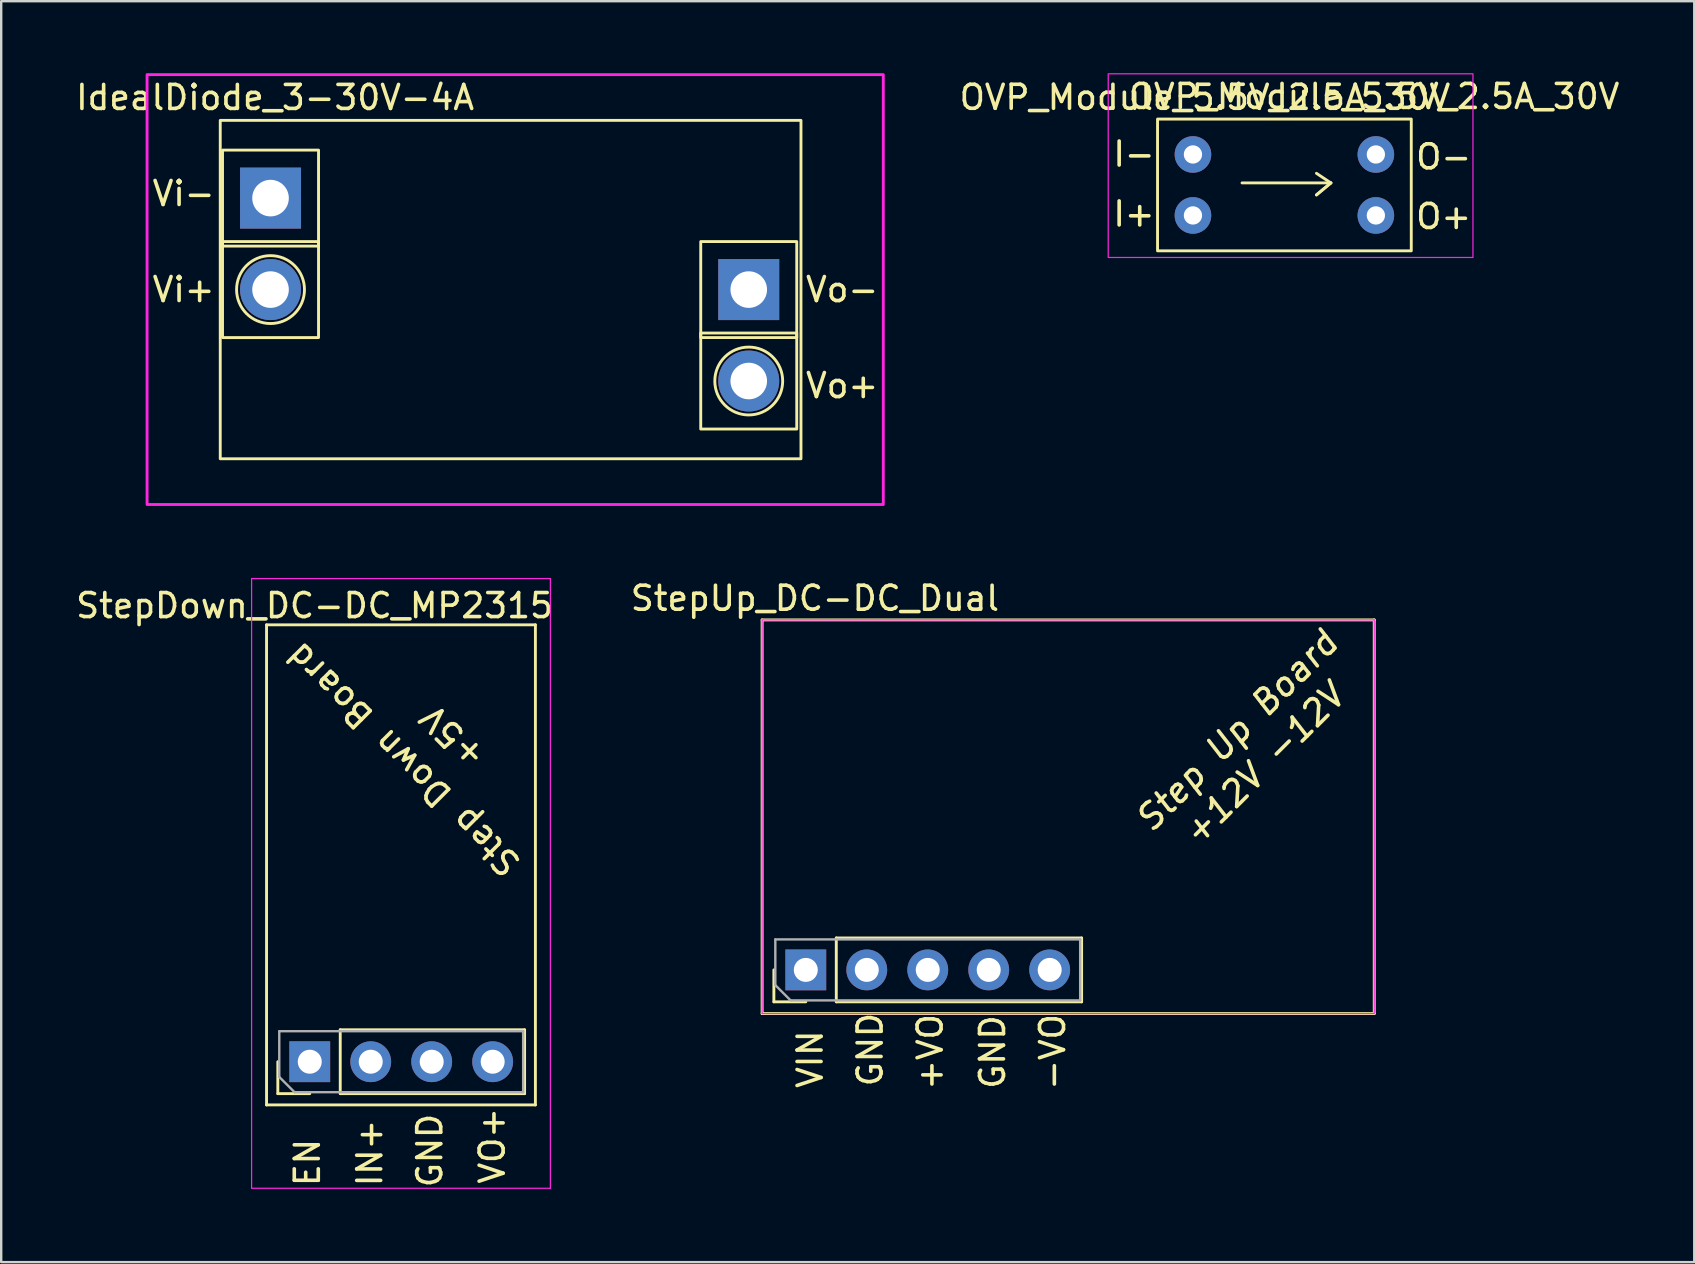
<source format=kicad_pcb>
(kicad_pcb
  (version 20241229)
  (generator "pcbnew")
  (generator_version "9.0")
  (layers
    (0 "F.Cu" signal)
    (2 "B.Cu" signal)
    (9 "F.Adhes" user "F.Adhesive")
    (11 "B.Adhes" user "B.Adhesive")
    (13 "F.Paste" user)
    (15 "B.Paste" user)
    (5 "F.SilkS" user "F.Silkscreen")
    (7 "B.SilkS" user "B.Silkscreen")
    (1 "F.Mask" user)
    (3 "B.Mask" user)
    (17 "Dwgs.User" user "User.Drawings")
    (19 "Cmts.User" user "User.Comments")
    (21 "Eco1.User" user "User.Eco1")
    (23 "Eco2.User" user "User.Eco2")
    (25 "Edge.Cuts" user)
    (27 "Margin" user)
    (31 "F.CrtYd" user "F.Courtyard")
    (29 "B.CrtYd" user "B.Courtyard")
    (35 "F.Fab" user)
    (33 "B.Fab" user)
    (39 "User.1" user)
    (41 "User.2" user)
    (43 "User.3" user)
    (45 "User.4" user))
  (footprint "OVP_Module_5.5V_2.5A_30V"
    (layer "F.Cu")
    (at 51.092 9.07)
    (property "Reference" "OVP_Module_5.5V_2.5A_30V" (at -3.945 -8.065 0) (unlocked yes) (layer "F.SilkS") (effects (font (size 1 1) (thickness 0.15))))
    (property "Value" "OVP_Module_5.5V_2.5A_30V" (at 0.295 -0.225 0) (unlocked yes) (layer "F.Fab") (hide yes) (effects (font (size 1 1) (thickness 0.15))))
    (attr through_hole)
    (fp_line (start -2.4 -4.5) (end 1.3 -4.5) (stroke (width 0.12) (type solid)) (layer "F.SilkS"))
    (fp_line (start 0.7 -4) (end 1.3 -4.5) (stroke (width 0.12) (type solid)) (layer "F.SilkS"))
    (fp_line (start 1.3 -4.5) (end 0.7 -4.9) (stroke (width 0.12) (type solid)) (layer "F.SilkS"))
    (fp_line (start 1.3 -4.5) (end 0.7 -4) (stroke (width 0.12) (type solid)) (layer "F.SilkS"))
    (fp_rect (start -5.92 -7.16) (end 4.65 -1.67) (stroke (width 0.12) (type solid)) (fill no) (layer "F.SilkS"))
    (fp_rect (start -7.975 -9.045) (end 7.22 -1.395) (stroke (width 0.05) (type solid)) (fill no) (layer "F.CrtYd"))
    (fp_text user "${VALUE}" (at 3.1 -8.1 0) (unlocked yes) (layer "F.SilkS") (effects (font (size 1 1) (thickness 0.15))))
    (fp_text user "I-" (at -6.9 -5.7 0) (unlocked yes) (layer "F.SilkS") (effects (font (size 1 1) (thickness 0.15))))
    (fp_text user "O-" (at 6 -5.585 0) (unlocked yes) (layer "F.SilkS") (effects (font (size 1 1) (thickness 0.15))))
    (fp_text user "O+" (at 6 -3.1 0) (unlocked yes) (layer "F.SilkS") (effects (font (size 1 1) (thickness 0.15))))
    (fp_text user "I+" (at -6.9 -3.205 0) (unlocked yes) (layer "F.SilkS") (effects (font (size 1 1) (thickness 0.15))))
    (pad "1" thru_hole circle (at -4.445 -5.685) (size 1.524 1.524) (drill 0.762) (layers "*.Cu" "*.Mask"))
    (pad "2" thru_hole circle (at -4.445 -3.145) (size 1.524 1.524) (drill 0.762) (layers "*.Cu" "*.Mask"))
    (pad "3" thru_hole circle (at 3.175 -5.685) (size 1.524 1.524) (drill 0.762) (layers "*.Cu" "*.Mask"))
    (pad "4" thru_hole circle (at 3.175 -3.145) (size 1.524 1.524) (drill 0.762) (layers "*.Cu" "*.Mask")))
  (footprint "StepDown_DC-DC_MP2315"
    (layer "F.Cu")
    (at 5.654 29.18)
    (property "Reference" "StepDown_DC-DC_MP2315" (at 4.4 -7 0) (layer "F.SilkS") (effects (font (size 1 1) (thickness 0.15))))
    (attr through_hole)
    (fp_line (start 2.4 -6.2) (end 13.6 -6.2) (stroke (width 0.12) (type solid)) (layer "F.SilkS"))
    (fp_line (start 2.4 13.8) (end 2.4 -6.2) (stroke (width 0.12) (type solid)) (layer "F.SilkS"))
    (fp_line (start 2.87 13.33) (end 2.87 12) (stroke (width 0.12) (type solid)) (layer "F.SilkS"))
    (fp_line (start 4.2 13.33) (end 2.87 13.33) (stroke (width 0.12) (type solid)) (layer "F.SilkS"))
    (fp_line (start 5.47 10.67) (end 13.15 10.67) (stroke (width 0.12) (type solid)) (layer "F.SilkS"))
    (fp_line (start 5.47 13.33) (end 5.47 10.67) (stroke (width 0.12) (type solid)) (layer "F.SilkS"))
    (fp_line (start 5.47 13.33) (end 13.15 13.33) (stroke (width 0.12) (type solid)) (layer "F.SilkS"))
    (fp_line (start 13.15 13.33) (end 13.15 10.67) (stroke (width 0.12) (type solid)) (layer "F.SilkS"))
    (fp_line (start 13.6 -6.2) (end 13.6 13.8) (stroke (width 0.12) (type solid)) (layer "F.SilkS"))
    (fp_line (start 13.6 13.8) (end 2.4 13.8) (stroke (width 0.12) (type solid)) (layer "F.SilkS"))
    (fp_line (start 1.778 -8.128) (end 1.778 17.272) (stroke (width 0.05) (type solid)) (layer "F.CrtYd"))
    (fp_line (start 1.778 -8.128) (end 14.224 -8.128) (stroke (width 0.05) (type solid)) (layer "F.CrtYd"))
    (fp_line (start 1.778 17.272) (end 14.224 17.272) (stroke (width 0.05) (type solid)) (layer "F.CrtYd"))
    (fp_line (start 14.224 -8.128) (end 14.224 17.272) (stroke (width 0.05) (type solid)) (layer "F.CrtYd"))
    (fp_line (start 2.93 10.73) (end 13.09 10.73) (stroke (width 0.1) (type solid)) (layer "F.Fab"))
    (fp_line (start 2.93 12.635) (end 2.93 10.73) (stroke (width 0.1) (type solid)) (layer "F.Fab"))
    (fp_line (start 3.565 13.27) (end 2.93 12.635) (stroke (width 0.1) (type solid)) (layer "F.Fab"))
    (fp_line (start 13.09 10.73) (end 13.09 13.27) (stroke (width 0.1) (type solid)) (layer "F.Fab"))
    (fp_line (start 13.09 13.27) (end 3.565 13.27) (stroke (width 0.1) (type solid)) (layer "F.Fab"))
    (fp_text user "VO+" (at 11.8 15.5 90) (unlocked yes) (layer "F.SilkS") (effects (font (size 1 1) (thickness 0.15))))
    (fp_text user "+5V" (at 10.16 -1.524 135) (unlocked yes) (layer "F.SilkS") (effects (font (size 1 1) (thickness 0.15))))
    (fp_text user "EN" (at 4.1 16.2 90) (unlocked yes) (layer "F.SilkS") (effects (font (size 1 1) (thickness 0.15))))
    (fp_text user "Step Down Board" (at 8.1 -0.6 135) (unlocked yes) (layer "F.SilkS") (effects (font (size 1 1) (thickness 0.15))))
    (fp_text user "GND" (at 9.2 15.7 90) (unlocked yes) (layer "F.SilkS") (effects (font (size 1 1) (thickness 0.15))))
    (fp_text user "IN+" (at 6.7 15.8 90) (unlocked yes) (layer "F.SilkS") (effects (font (size 1 1) (thickness 0.15))))
    (pad "EN" thru_hole rect (at 4.2 12 90) (size 1.7 1.7) (drill 1) (layers "*.Cu" "*.Mask"))
    (pad "GND" thru_hole oval (at 9.28 12 90) (size 1.7 1.7) (drill 1) (layers "*.Cu" "*.Mask"))
    (pad "IN+" thru_hole oval (at 6.74 12 90) (size 1.7 1.7) (drill 1) (layers "*.Cu" "*.Mask"))
    (pad "VO+" thru_hole oval (at 11.82 12 90) (size 1.7 1.7) (drill 1) (layers "*.Cu" "*.Mask")))
  (footprint "StepUp_DC-DC_Dual"
    (layer "F.Cu")
    (at 30.519 37.355)
    (property "Reference" "StepUp_DC-DC_Dual" (at 0.38 -15.48 0) (layer "F.SilkS") (effects (font (size 1 1) (thickness 0.15))))
    (attr through_hole)
    (fp_line (start -1.82 -14.58) (end -1.82 1.82) (stroke (width 0.12) (type solid)) (layer "F.SilkS"))
    (fp_line (start -1.82 1.82) (end 23.68 1.82) (stroke (width 0.12) (type solid)) (layer "F.SilkS"))
    (fp_line (start -1.33 1.33) (end -1.33 0) (stroke (width 0.12) (type solid)) (layer "F.SilkS"))
    (fp_line (start 0 1.33) (end -1.33 1.33) (stroke (width 0.12) (type solid)) (layer "F.SilkS"))
    (fp_line (start 1.27 -1.33) (end 11.49 -1.33) (stroke (width 0.12) (type solid)) (layer "F.SilkS"))
    (fp_line (start 1.27 1.33) (end 1.27 -1.33) (stroke (width 0.12) (type solid)) (layer "F.SilkS"))
    (fp_line (start 1.27 1.33) (end 11.49 1.33) (stroke (width 0.12) (type solid)) (layer "F.SilkS"))
    (fp_line (start 11.49 1.33) (end 11.49 -1.33) (stroke (width 0.12) (type solid)) (layer "F.SilkS"))
    (fp_line (start 23.68 -14.58) (end -1.82 -14.58) (stroke (width 0.12) (type solid)) (layer "F.SilkS"))
    (fp_line (start 23.68 1.82) (end 23.68 -14.58) (stroke (width 0.12) (type solid)) (layer "F.SilkS"))
    (fp_line (start -1.82 -14.58) (end -1.82 1.82) (stroke (width 0.05) (type solid)) (layer "F.CrtYd"))
    (fp_line (start -1.82 1.82) (end 23.68 1.82) (stroke (width 0.05) (type solid)) (layer "F.CrtYd"))
    (fp_line (start 23.68 -14.58) (end -1.82 -14.58) (stroke (width 0.05) (type solid)) (layer "F.CrtYd"))
    (fp_line (start 23.68 1.82) (end 23.68 -14.58) (stroke (width 0.05) (type solid)) (layer "F.CrtYd"))
    (fp_line (start -1.27 -1.27) (end 11.43 -1.27) (stroke (width 0.1) (type solid)) (layer "F.Fab"))
    (fp_line (start -1.27 0.635) (end -1.27 -1.27) (stroke (width 0.1) (type solid)) (layer "F.Fab"))
    (fp_line (start -0.635 1.27) (end -1.27 0.635) (stroke (width 0.1) (type solid)) (layer "F.Fab"))
    (fp_line (start 11.43 -1.27) (end 11.43 1.27) (stroke (width 0.1) (type solid)) (layer "F.Fab"))
    (fp_line (start 11.43 1.27) (end -0.635 1.27) (stroke (width 0.1) (type solid)) (layer "F.Fab"))
    (fp_text user "+12V -12V" (at 19.08 -8.58 45) (unlocked yes) (layer "F.SilkS") (effects (font (size 1 1) (thickness 0.15) (italic yes))))
    (fp_text user "GND" (at 2.68 3.32 90) (unlocked yes) (layer "F.SilkS") (effects (font (size 1 1) (thickness 0.15))))
    (fp_text user "Step Up Board" (at 17.98 -9.98 45) (unlocked yes) (layer "F.SilkS") (effects (font (size 1 1) (thickness 0.15) (italic yes))))
    (fp_text user "+VO" (at 5.18 3.42 90) (unlocked yes) (layer "F.SilkS") (effects (font (size 1 1) (thickness 0.15))))
    (fp_text user "GND" (at 7.78 3.42 90) (unlocked yes) (layer "F.SilkS") (effects (font (size 1 1) (thickness 0.15))))
    (fp_text user "-VO" (at 10.28 3.42 90) (unlocked yes) (layer "F.SilkS") (effects (font (size 1 1) (thickness 0.15))))
    (fp_text user "VIN" (at 0.18 3.72 90) (unlocked yes) (layer "F.SilkS") (effects (font (size 1 1) (thickness 0.15))))
    (pad "1" thru_hole rect (at 0 0 90) (size 1.7 1.7) (drill 1) (layers "*.Cu" "*.Mask"))
    (pad "2" thru_hole oval (at 2.54 0 90) (size 1.7 1.7) (drill 1) (layers "*.Cu" "*.Mask"))
    (pad "3" thru_hole oval (at 5.08 0 90) (size 1.7 1.7) (drill 1) (layers "*.Cu" "*.Mask"))
    (pad "4" thru_hole oval (at 7.62 0 90) (size 1.7 1.7) (drill 1) (layers "*.Cu" "*.Mask"))
    (pad "5" thru_hole oval (at 10.16 0 90) (size 1.7 1.7) (drill 1) (layers "*.Cu" "*.Mask")))
  (footprint "IdealDiode_3-30V-4A"
    (layer "F.Cu")
    (at 17.364 13.014)
    (property "Reference" "IdealDiode_3-30V-4A" (at -8.954 -12.002 0) (unlocked yes) (layer "F.SilkS") (effects (font (size 1 1) (thickness 0.15))))
    (attr through_hole)
    (fp_rect (start -11.144 -9.81) (end -7.144 -5.811) (stroke (width 0.12) (type solid)) (fill no) (layer "F.SilkS"))
    (fp_rect (start -11.144 -6) (end -7.144 -2) (stroke (width 0.12) (type solid)) (fill no) (layer "F.SilkS"))
    (fp_rect (start 8.778 -6) (end 12.778 -2.001) (stroke (width 0.12) (type solid)) (fill no) (layer "F.SilkS"))
    (fp_rect (start 8.778 -2.191) (end 12.778 1.81) (stroke (width 0.12) (type solid)) (fill no) (layer "F.SilkS"))
    (fp_rect (start 12.954 -11.049) (end -11.239 3.048) (stroke (width 0.12) (type solid)) (fill no) (layer "F.SilkS"))
    (fp_circle (center -9.144 -4) (end -10.144 -5) (stroke (width 0.12) (type solid)) (fill no) (layer "F.SilkS"))
    (fp_circle (center 10.778 -0.191) (end 9.778 -1.19) (stroke (width 0.12) (type solid)) (fill no) (layer "F.SilkS"))
    (fp_rect (start -14.287 -12.954) (end 16.383 4.953) (stroke (width 0.12) (type solid)) (fill no) (layer "F.CrtYd"))
    (fp_text user "Vo+" (at 14.668 0 0) (unlocked yes) (layer "F.SilkS") (effects (font (size 1 1) (thickness 0.15))))
    (fp_text user "Vo-" (at 14.668 -4 0) (unlocked yes) (layer "F.SilkS") (effects (font (size 1 1) (thickness 0.15))))
    (fp_text user "Vi+" (at -12.764 -4 0) (unlocked yes) (layer "F.SilkS") (effects (font (size 1 1) (thickness 0.15))))
    (fp_text user "Vi-" (at -12.764 -8.001 0) (unlocked yes) (layer "F.SilkS") (effects (font (size 1 1) (thickness 0.15))))
    (pad "1" thru_hole rect (at -9.144 -7.811) (size 2.54 2.54) (drill 1.524) (layers "*.Cu" "*.Mask"))
    (pad "2" thru_hole circle (at -9.144 -4) (size 2.54 2.54) (drill 1.524) (layers "*.Cu" "*.Mask"))
    (pad "3" thru_hole rect (at 10.778 -4) (size 2.54 2.54) (drill 1.524) (layers "*.Cu" "*.Mask"))
    (pad "4" thru_hole circle (at 10.778 -0.191) (size 2.54 2.54) (drill 1.524) (layers "*.Cu" "*.Mask")))
  (gr_rect
    (start -3 -3)
    (end 67.531 49.529)
    (stroke (width 0.1) (type default))
    (fill no)
    (layer "Edge.Cuts")))
</source>
